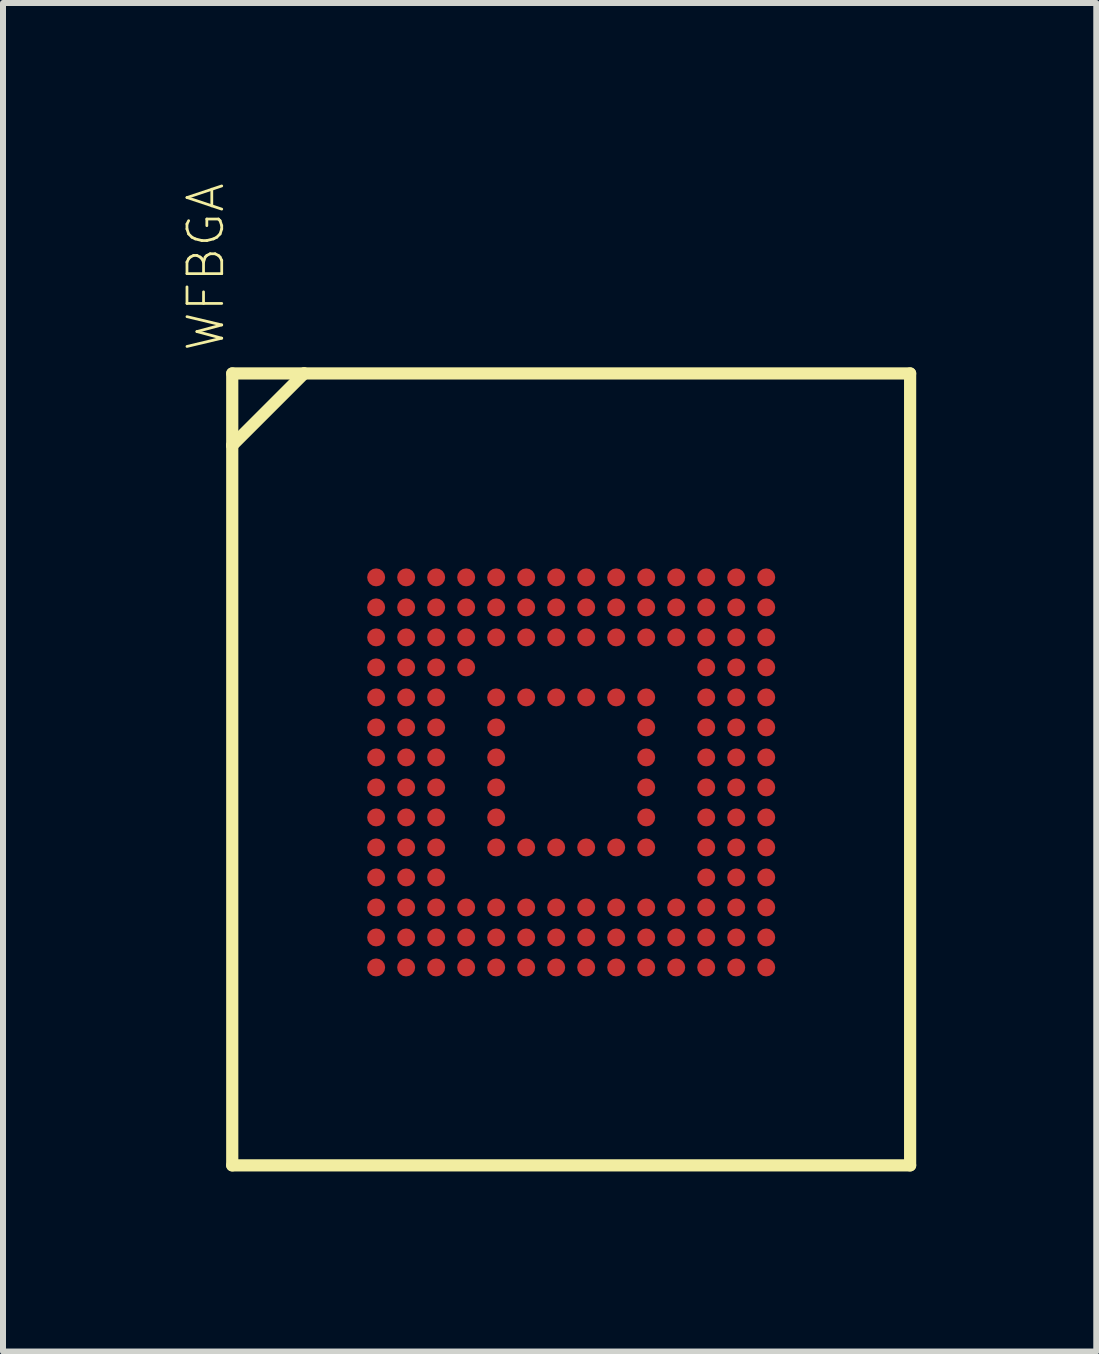
<source format=kicad_pcb>
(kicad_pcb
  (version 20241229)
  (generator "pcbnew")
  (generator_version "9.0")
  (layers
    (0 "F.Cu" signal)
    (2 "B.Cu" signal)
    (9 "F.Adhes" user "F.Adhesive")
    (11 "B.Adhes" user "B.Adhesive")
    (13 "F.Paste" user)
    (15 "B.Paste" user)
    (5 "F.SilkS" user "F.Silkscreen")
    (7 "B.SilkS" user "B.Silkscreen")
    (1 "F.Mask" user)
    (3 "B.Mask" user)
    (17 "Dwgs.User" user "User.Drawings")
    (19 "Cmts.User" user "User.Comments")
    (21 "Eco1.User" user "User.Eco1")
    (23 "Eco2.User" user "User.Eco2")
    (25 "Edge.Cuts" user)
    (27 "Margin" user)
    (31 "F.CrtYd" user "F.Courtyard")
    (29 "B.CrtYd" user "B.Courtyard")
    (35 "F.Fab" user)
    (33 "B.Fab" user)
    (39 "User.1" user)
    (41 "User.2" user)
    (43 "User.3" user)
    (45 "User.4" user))
  (footprint "WFBGA"
    (layer "F.Cu")
    (at 6.468 9.821)
    (property "Reference" "WFBGA" (at -5.75 -6.985 270) (layer "F.SilkS") (effects (font (size 0.579 0.579) (thickness 0.046)) (justify left bottom)))
    (attr through_hole)
    (fp_circle (center -3.25 -3.25) (end -3.175 -3.25) (stroke (width 0.15) (type solid)) (fill no) (layer "F.Mask"))
    (fp_circle (center -3.25 -2.75) (end -3.175 -2.75) (stroke (width 0.15) (type solid)) (fill no) (layer "F.Mask"))
    (fp_circle (center -3.25 -2.25) (end -3.175 -2.25) (stroke (width 0.15) (type solid)) (fill no) (layer "F.Mask"))
    (fp_circle (center -3.25 -1.75) (end -3.175 -1.75) (stroke (width 0.15) (type solid)) (fill no) (layer "F.Mask"))
    (fp_circle (center -3.25 -1.25) (end -3.175 -1.25) (stroke (width 0.15) (type solid)) (fill no) (layer "F.Mask"))
    (fp_circle (center -3.25 -0.75) (end -3.175 -0.75) (stroke (width 0.15) (type solid)) (fill no) (layer "F.Mask"))
    (fp_circle (center -3.25 -0.25) (end -3.175 -0.25) (stroke (width 0.15) (type solid)) (fill no) (layer "F.Mask"))
    (fp_circle (center -3.25 0.25) (end -3.175 0.25) (stroke (width 0.15) (type solid)) (fill no) (layer "F.Mask"))
    (fp_circle (center -3.25 0.75) (end -3.175 0.75) (stroke (width 0.15) (type solid)) (fill no) (layer "F.Mask"))
    (fp_circle (center -3.25 1.25) (end -3.175 1.25) (stroke (width 0.15) (type solid)) (fill no) (layer "F.Mask"))
    (fp_circle (center -3.25 1.75) (end -3.175 1.75) (stroke (width 0.15) (type solid)) (fill no) (layer "F.Mask"))
    (fp_circle (center -3.25 2.25) (end -3.175 2.25) (stroke (width 0.15) (type solid)) (fill no) (layer "F.Mask"))
    (fp_circle (center -3.25 2.75) (end -3.175 2.75) (stroke (width 0.15) (type solid)) (fill no) (layer "F.Mask"))
    (fp_circle (center -3.25 3.25) (end -3.175 3.25) (stroke (width 0.15) (type solid)) (fill no) (layer "F.Mask"))
    (fp_circle (center -2.75 -3.25) (end -2.675 -3.25) (stroke (width 0.15) (type solid)) (fill no) (layer "F.Mask"))
    (fp_circle (center -2.75 -2.75) (end -2.675 -2.75) (stroke (width 0.15) (type solid)) (fill no) (layer "F.Mask"))
    (fp_circle (center -2.75 -2.25) (end -2.675 -2.25) (stroke (width 0.15) (type solid)) (fill no) (layer "F.Mask"))
    (fp_circle (center -2.75 -1.75) (end -2.675 -1.75) (stroke (width 0.15) (type solid)) (fill no) (layer "F.Mask"))
    (fp_circle (center -2.75 -1.25) (end -2.675 -1.25) (stroke (width 0.15) (type solid)) (fill no) (layer "F.Mask"))
    (fp_circle (center -2.75 -0.75) (end -2.675 -0.75) (stroke (width 0.15) (type solid)) (fill no) (layer "F.Mask"))
    (fp_circle (center -2.75 -0.25) (end -2.675 -0.25) (stroke (width 0.15) (type solid)) (fill no) (layer "F.Mask"))
    (fp_circle (center -2.75 0.25) (end -2.675 0.25) (stroke (width 0.15) (type solid)) (fill no) (layer "F.Mask"))
    (fp_circle (center -2.75 0.75) (end -2.675 0.75) (stroke (width 0.15) (type solid)) (fill no) (layer "F.Mask"))
    (fp_circle (center -2.75 1.25) (end -2.675 1.25) (stroke (width 0.15) (type solid)) (fill no) (layer "F.Mask"))
    (fp_circle (center -2.75 1.75) (end -2.675 1.75) (stroke (width 0.15) (type solid)) (fill no) (layer "F.Mask"))
    (fp_circle (center -2.75 2.25) (end -2.675 2.25) (stroke (width 0.15) (type solid)) (fill no) (layer "F.Mask"))
    (fp_circle (center -2.75 2.75) (end -2.675 2.75) (stroke (width 0.15) (type solid)) (fill no) (layer "F.Mask"))
    (fp_circle (center -2.75 3.25) (end -2.675 3.25) (stroke (width 0.15) (type solid)) (fill no) (layer "F.Mask"))
    (fp_circle (center -2.25 -3.25) (end -2.175 -3.25) (stroke (width 0.15) (type solid)) (fill no) (layer "F.Mask"))
    (fp_circle (center -2.25 -2.75) (end -2.175 -2.75) (stroke (width 0.15) (type solid)) (fill no) (layer "F.Mask"))
    (fp_circle (center -2.25 -2.25) (end -2.175 -2.25) (stroke (width 0.15) (type solid)) (fill no) (layer "F.Mask"))
    (fp_circle (center -2.25 -1.75) (end -2.175 -1.75) (stroke (width 0.15) (type solid)) (fill no) (layer "F.Mask"))
    (fp_circle (center -2.25 -1.25) (end -2.175 -1.25) (stroke (width 0.15) (type solid)) (fill no) (layer "F.Mask"))
    (fp_circle (center -2.25 -0.75) (end -2.175 -0.75) (stroke (width 0.15) (type solid)) (fill no) (layer "F.Mask"))
    (fp_circle (center -2.25 -0.25) (end -2.175 -0.25) (stroke (width 0.15) (type solid)) (fill no) (layer "F.Mask"))
    (fp_circle (center -2.25 0.25) (end -2.175 0.25) (stroke (width 0.15) (type solid)) (fill no) (layer "F.Mask"))
    (fp_circle (center -2.25 0.75) (end -2.175 0.75) (stroke (width 0.15) (type solid)) (fill no) (layer "F.Mask"))
    (fp_circle (center -2.25 1.25) (end -2.175 1.25) (stroke (width 0.15) (type solid)) (fill no) (layer "F.Mask"))
    (fp_circle (center -2.25 1.75) (end -2.175 1.75) (stroke (width 0.15) (type solid)) (fill no) (layer "F.Mask"))
    (fp_circle (center -2.25 2.25) (end -2.175 2.25) (stroke (width 0.15) (type solid)) (fill no) (layer "F.Mask"))
    (fp_circle (center -2.25 2.75) (end -2.175 2.75) (stroke (width 0.15) (type solid)) (fill no) (layer "F.Mask"))
    (fp_circle (center -2.25 3.25) (end -2.175 3.25) (stroke (width 0.15) (type solid)) (fill no) (layer "F.Mask"))
    (fp_circle (center -1.75 -3.25) (end -1.675 -3.25) (stroke (width 0.15) (type solid)) (fill no) (layer "F.Mask"))
    (fp_circle (center -1.75 -2.75) (end -1.675 -2.75) (stroke (width 0.15) (type solid)) (fill no) (layer "F.Mask"))
    (fp_circle (center -1.75 -2.25) (end -1.675 -2.25) (stroke (width 0.15) (type solid)) (fill no) (layer "F.Mask"))
    (fp_circle (center -1.75 -1.75) (end -1.675 -1.75) (stroke (width 0.15) (type solid)) (fill no) (layer "F.Mask"))
    (fp_circle (center -1.75 2.25) (end -1.675 2.25) (stroke (width 0.15) (type solid)) (fill no) (layer "F.Mask"))
    (fp_circle (center -1.75 2.75) (end -1.675 2.75) (stroke (width 0.15) (type solid)) (fill no) (layer "F.Mask"))
    (fp_circle (center -1.75 3.25) (end -1.675 3.25) (stroke (width 0.15) (type solid)) (fill no) (layer "F.Mask"))
    (fp_circle (center -1.25 -3.25) (end -1.175 -3.25) (stroke (width 0.15) (type solid)) (fill no) (layer "F.Mask"))
    (fp_circle (center -1.25 -2.75) (end -1.175 -2.75) (stroke (width 0.15) (type solid)) (fill no) (layer "F.Mask"))
    (fp_circle (center -1.25 -2.25) (end -1.175 -2.25) (stroke (width 0.15) (type solid)) (fill no) (layer "F.Mask"))
    (fp_circle (center -1.25 -1.25) (end -1.175 -1.25) (stroke (width 0.15) (type solid)) (fill no) (layer "F.Mask"))
    (fp_circle (center -1.25 -0.75) (end -1.175 -0.75) (stroke (width 0.15) (type solid)) (fill no) (layer "F.Mask"))
    (fp_circle (center -1.25 -0.25) (end -1.175 -0.25) (stroke (width 0.15) (type solid)) (fill no) (layer "F.Mask"))
    (fp_circle (center -1.25 0.25) (end -1.175 0.25) (stroke (width 0.15) (type solid)) (fill no) (layer "F.Mask"))
    (fp_circle (center -1.25 0.75) (end -1.175 0.75) (stroke (width 0.15) (type solid)) (fill no) (layer "F.Mask"))
    (fp_circle (center -1.25 1.25) (end -1.175 1.25) (stroke (width 0.15) (type solid)) (fill no) (layer "F.Mask"))
    (fp_circle (center -1.25 2.25) (end -1.175 2.25) (stroke (width 0.15) (type solid)) (fill no) (layer "F.Mask"))
    (fp_circle (center -1.25 2.75) (end -1.175 2.75) (stroke (width 0.15) (type solid)) (fill no) (layer "F.Mask"))
    (fp_circle (center -1.25 3.25) (end -1.175 3.25) (stroke (width 0.15) (type solid)) (fill no) (layer "F.Mask"))
    (fp_circle (center -0.75 -3.25) (end -0.675 -3.25) (stroke (width 0.15) (type solid)) (fill no) (layer "F.Mask"))
    (fp_circle (center -0.75 -2.75) (end -0.675 -2.75) (stroke (width 0.15) (type solid)) (fill no) (layer "F.Mask"))
    (fp_circle (center -0.75 -2.25) (end -0.675 -2.25) (stroke (width 0.15) (type solid)) (fill no) (layer "F.Mask"))
    (fp_circle (center -0.75 -1.25) (end -0.675 -1.25) (stroke (width 0.15) (type solid)) (fill no) (layer "F.Mask"))
    (fp_circle (center -0.75 1.25) (end -0.675 1.25) (stroke (width 0.15) (type solid)) (fill no) (layer "F.Mask"))
    (fp_circle (center -0.75 2.25) (end -0.675 2.25) (stroke (width 0.15) (type solid)) (fill no) (layer "F.Mask"))
    (fp_circle (center -0.75 2.75) (end -0.675 2.75) (stroke (width 0.15) (type solid)) (fill no) (layer "F.Mask"))
    (fp_circle (center -0.75 3.25) (end -0.675 3.25) (stroke (width 0.15) (type solid)) (fill no) (layer "F.Mask"))
    (fp_circle (center -0.25 -3.25) (end -0.175 -3.25) (stroke (width 0.15) (type solid)) (fill no) (layer "F.Mask"))
    (fp_circle (center -0.25 -2.75) (end -0.175 -2.75) (stroke (width 0.15) (type solid)) (fill no) (layer "F.Mask"))
    (fp_circle (center -0.25 -2.25) (end -0.175 -2.25) (stroke (width 0.15) (type solid)) (fill no) (layer "F.Mask"))
    (fp_circle (center -0.25 -1.25) (end -0.175 -1.25) (stroke (width 0.15) (type solid)) (fill no) (layer "F.Mask"))
    (fp_circle (center -0.25 1.25) (end -0.175 1.25) (stroke (width 0.15) (type solid)) (fill no) (layer "F.Mask"))
    (fp_circle (center -0.25 2.25) (end -0.175 2.25) (stroke (width 0.15) (type solid)) (fill no) (layer "F.Mask"))
    (fp_circle (center -0.25 2.75) (end -0.175 2.75) (stroke (width 0.15) (type solid)) (fill no) (layer "F.Mask"))
    (fp_circle (center -0.25 3.25) (end -0.175 3.25) (stroke (width 0.15) (type solid)) (fill no) (layer "F.Mask"))
    (fp_circle (center 0.25 -3.25) (end 0.325 -3.25) (stroke (width 0.15) (type solid)) (fill no) (layer "F.Mask"))
    (fp_circle (center 0.25 -2.75) (end 0.325 -2.75) (stroke (width 0.15) (type solid)) (fill no) (layer "F.Mask"))
    (fp_circle (center 0.25 -2.25) (end 0.325 -2.25) (stroke (width 0.15) (type solid)) (fill no) (layer "F.Mask"))
    (fp_circle (center 0.25 -1.25) (end 0.325 -1.25) (stroke (width 0.15) (type solid)) (fill no) (layer "F.Mask"))
    (fp_circle (center 0.25 1.25) (end 0.325 1.25) (stroke (width 0.15) (type solid)) (fill no) (layer "F.Mask"))
    (fp_circle (center 0.25 2.25) (end 0.325 2.25) (stroke (width 0.15) (type solid)) (fill no) (layer "F.Mask"))
    (fp_circle (center 0.25 2.75) (end 0.325 2.75) (stroke (width 0.15) (type solid)) (fill no) (layer "F.Mask"))
    (fp_circle (center 0.25 3.25) (end 0.325 3.25) (stroke (width 0.15) (type solid)) (fill no) (layer "F.Mask"))
    (fp_circle (center 0.75 -3.25) (end 0.825 -3.25) (stroke (width 0.15) (type solid)) (fill no) (layer "F.Mask"))
    (fp_circle (center 0.75 -2.75) (end 0.825 -2.75) (stroke (width 0.15) (type solid)) (fill no) (layer "F.Mask"))
    (fp_circle (center 0.75 -2.25) (end 0.825 -2.25) (stroke (width 0.15) (type solid)) (fill no) (layer "F.Mask"))
    (fp_circle (center 0.75 -1.25) (end 0.825 -1.25) (stroke (width 0.15) (type solid)) (fill no) (layer "F.Mask"))
    (fp_circle (center 0.75 1.25) (end 0.825 1.25) (stroke (width 0.15) (type solid)) (fill no) (layer "F.Mask"))
    (fp_circle (center 0.75 2.25) (end 0.825 2.25) (stroke (width 0.15) (type solid)) (fill no) (layer "F.Mask"))
    (fp_circle (center 0.75 2.75) (end 0.825 2.75) (stroke (width 0.15) (type solid)) (fill no) (layer "F.Mask"))
    (fp_circle (center 0.75 3.25) (end 0.825 3.25) (stroke (width 0.15) (type solid)) (fill no) (layer "F.Mask"))
    (fp_circle (center 1.25 -3.25) (end 1.325 -3.25) (stroke (width 0.15) (type solid)) (fill no) (layer "F.Mask"))
    (fp_circle (center 1.25 -2.75) (end 1.325 -2.75) (stroke (width 0.15) (type solid)) (fill no) (layer "F.Mask"))
    (fp_circle (center 1.25 -2.25) (end 1.325 -2.25) (stroke (width 0.15) (type solid)) (fill no) (layer "F.Mask"))
    (fp_circle (center 1.25 -1.25) (end 1.325 -1.25) (stroke (width 0.15) (type solid)) (fill no) (layer "F.Mask"))
    (fp_circle (center 1.25 -0.75) (end 1.325 -0.75) (stroke (width 0.15) (type solid)) (fill no) (layer "F.Mask"))
    (fp_circle (center 1.25 -0.25) (end 1.325 -0.25) (stroke (width 0.15) (type solid)) (fill no) (layer "F.Mask"))
    (fp_circle (center 1.25 0.25) (end 1.325 0.25) (stroke (width 0.15) (type solid)) (fill no) (layer "F.Mask"))
    (fp_circle (center 1.25 0.75) (end 1.325 0.75) (stroke (width 0.15) (type solid)) (fill no) (layer "F.Mask"))
    (fp_circle (center 1.25 1.25) (end 1.325 1.25) (stroke (width 0.15) (type solid)) (fill no) (layer "F.Mask"))
    (fp_circle (center 1.25 2.25) (end 1.325 2.25) (stroke (width 0.15) (type solid)) (fill no) (layer "F.Mask"))
    (fp_circle (center 1.25 2.75) (end 1.325 2.75) (stroke (width 0.15) (type solid)) (fill no) (layer "F.Mask"))
    (fp_circle (center 1.25 3.25) (end 1.325 3.25) (stroke (width 0.15) (type solid)) (fill no) (layer "F.Mask"))
    (fp_circle (center 1.75 -3.25) (end 1.825 -3.25) (stroke (width 0.15) (type solid)) (fill no) (layer "F.Mask"))
    (fp_circle (center 1.75 -2.75) (end 1.825 -2.75) (stroke (width 0.15) (type solid)) (fill no) (layer "F.Mask"))
    (fp_circle (center 1.75 -2.25) (end 1.825 -2.25) (stroke (width 0.15) (type solid)) (fill no) (layer "F.Mask"))
    (fp_circle (center 1.75 2.25) (end 1.825 2.25) (stroke (width 0.15) (type solid)) (fill no) (layer "F.Mask"))
    (fp_circle (center 1.75 2.75) (end 1.825 2.75) (stroke (width 0.15) (type solid)) (fill no) (layer "F.Mask"))
    (fp_circle (center 1.75 3.25) (end 1.825 3.25) (stroke (width 0.15) (type solid)) (fill no) (layer "F.Mask"))
    (fp_circle (center 2.25 -3.25) (end 2.325 -3.25) (stroke (width 0.15) (type solid)) (fill no) (layer "F.Mask"))
    (fp_circle (center 2.25 -2.75) (end 2.325 -2.75) (stroke (width 0.15) (type solid)) (fill no) (layer "F.Mask"))
    (fp_circle (center 2.25 -2.25) (end 2.325 -2.25) (stroke (width 0.15) (type solid)) (fill no) (layer "F.Mask"))
    (fp_circle (center 2.25 -1.75) (end 2.325 -1.75) (stroke (width 0.15) (type solid)) (fill no) (layer "F.Mask"))
    (fp_circle (center 2.25 -1.25) (end 2.325 -1.25) (stroke (width 0.15) (type solid)) (fill no) (layer "F.Mask"))
    (fp_circle (center 2.25 -0.75) (end 2.325 -0.75) (stroke (width 0.15) (type solid)) (fill no) (layer "F.Mask"))
    (fp_circle (center 2.25 -0.25) (end 2.325 -0.25) (stroke (width 0.15) (type solid)) (fill no) (layer "F.Mask"))
    (fp_circle (center 2.25 0.25) (end 2.325 0.25) (stroke (width 0.15) (type solid)) (fill no) (layer "F.Mask"))
    (fp_circle (center 2.25 0.75) (end 2.325 0.75) (stroke (width 0.15) (type solid)) (fill no) (layer "F.Mask"))
    (fp_circle (center 2.25 1.25) (end 2.325 1.25) (stroke (width 0.15) (type solid)) (fill no) (layer "F.Mask"))
    (fp_circle (center 2.25 1.75) (end 2.325 1.75) (stroke (width 0.15) (type solid)) (fill no) (layer "F.Mask"))
    (fp_circle (center 2.25 2.25) (end 2.325 2.25) (stroke (width 0.15) (type solid)) (fill no) (layer "F.Mask"))
    (fp_circle (center 2.25 2.75) (end 2.325 2.75) (stroke (width 0.15) (type solid)) (fill no) (layer "F.Mask"))
    (fp_circle (center 2.25 3.25) (end 2.325 3.25) (stroke (width 0.15) (type solid)) (fill no) (layer "F.Mask"))
    (fp_circle (center 2.75 -3.25) (end 2.825 -3.25) (stroke (width 0.15) (type solid)) (fill no) (layer "F.Mask"))
    (fp_circle (center 2.75 -2.75) (end 2.825 -2.75) (stroke (width 0.15) (type solid)) (fill no) (layer "F.Mask"))
    (fp_circle (center 2.75 -2.25) (end 2.825 -2.25) (stroke (width 0.15) (type solid)) (fill no) (layer "F.Mask"))
    (fp_circle (center 2.75 -1.75) (end 2.825 -1.75) (stroke (width 0.15) (type solid)) (fill no) (layer "F.Mask"))
    (fp_circle (center 2.75 -1.25) (end 2.825 -1.25) (stroke (width 0.15) (type solid)) (fill no) (layer "F.Mask"))
    (fp_circle (center 2.75 -0.75) (end 2.825 -0.75) (stroke (width 0.15) (type solid)) (fill no) (layer "F.Mask"))
    (fp_circle (center 2.75 -0.25) (end 2.825 -0.25) (stroke (width 0.15) (type solid)) (fill no) (layer "F.Mask"))
    (fp_circle (center 2.75 0.25) (end 2.825 0.25) (stroke (width 0.15) (type solid)) (fill no) (layer "F.Mask"))
    (fp_circle (center 2.75 0.75) (end 2.825 0.75) (stroke (width 0.15) (type solid)) (fill no) (layer "F.Mask"))
    (fp_circle (center 2.75 1.25) (end 2.825 1.25) (stroke (width 0.15) (type solid)) (fill no) (layer "F.Mask"))
    (fp_circle (center 2.75 1.75) (end 2.825 1.75) (stroke (width 0.15) (type solid)) (fill no) (layer "F.Mask"))
    (fp_circle (center 2.75 2.25) (end 2.825 2.25) (stroke (width 0.15) (type solid)) (fill no) (layer "F.Mask"))
    (fp_circle (center 2.75 2.75) (end 2.825 2.75) (stroke (width 0.15) (type solid)) (fill no) (layer "F.Mask"))
    (fp_circle (center 2.75 3.25) (end 2.825 3.25) (stroke (width 0.15) (type solid)) (fill no) (layer "F.Mask"))
    (fp_circle (center 3.25 -3.25) (end 3.325 -3.25) (stroke (width 0.15) (type solid)) (fill no) (layer "F.Mask"))
    (fp_circle (center 3.25 -2.75) (end 3.325 -2.75) (stroke (width 0.15) (type solid)) (fill no) (layer "F.Mask"))
    (fp_circle (center 3.25 -2.25) (end 3.325 -2.25) (stroke (width 0.15) (type solid)) (fill no) (layer "F.Mask"))
    (fp_circle (center 3.25 -1.75) (end 3.325 -1.75) (stroke (width 0.15) (type solid)) (fill no) (layer "F.Mask"))
    (fp_circle (center 3.25 -1.25) (end 3.325 -1.25) (stroke (width 0.15) (type solid)) (fill no) (layer "F.Mask"))
    (fp_circle (center 3.25 -0.75) (end 3.325 -0.75) (stroke (width 0.15) (type solid)) (fill no) (layer "F.Mask"))
    (fp_circle (center 3.25 -0.25) (end 3.325 -0.25) (stroke (width 0.15) (type solid)) (fill no) (layer "F.Mask"))
    (fp_circle (center 3.25 0.25) (end 3.325 0.25) (stroke (width 0.15) (type solid)) (fill no) (layer "F.Mask"))
    (fp_circle (center 3.25 0.75) (end 3.325 0.75) (stroke (width 0.15) (type solid)) (fill no) (layer "F.Mask"))
    (fp_circle (center 3.25 1.25) (end 3.325 1.25) (stroke (width 0.15) (type solid)) (fill no) (layer "F.Mask"))
    (fp_circle (center 3.25 1.75) (end 3.325 1.75) (stroke (width 0.15) (type solid)) (fill no) (layer "F.Mask"))
    (fp_circle (center 3.25 2.25) (end 3.325 2.25) (stroke (width 0.15) (type solid)) (fill no) (layer "F.Mask"))
    (fp_circle (center 3.25 2.75) (end 3.325 2.75) (stroke (width 0.15) (type solid)) (fill no) (layer "F.Mask"))
    (fp_circle (center 3.25 3.25) (end 3.325 3.25) (stroke (width 0.15) (type solid)) (fill no) (layer "F.Mask"))
    (fp_line (start -5.648 -6.648) (end -5.648 -5.45) (stroke (width 0.203) (type solid)) (layer "F.SilkS"))
    (fp_line (start -5.648 -5.45) (end -5.648 6.548) (stroke (width 0.203) (type solid)) (layer "F.SilkS"))
    (fp_line (start -5.648 -5.45) (end -4.45 -6.648) (stroke (width 0.203) (type solid)) (layer "F.SilkS"))
    (fp_line (start -5.648 6.548) (end 5.648 6.548) (stroke (width 0.203) (type solid)) (layer "F.SilkS"))
    (fp_line (start -4.45 -6.648) (end -5.648 -6.648) (stroke (width 0.203) (type solid)) (layer "F.SilkS"))
    (fp_line (start 5.648 -6.648) (end -4.45 -6.648) (stroke (width 0.203) (type solid)) (layer "F.SilkS"))
    (fp_line (start 5.648 6.548) (end 5.648 -6.648) (stroke (width 0.203) (type solid)) (layer "F.SilkS"))
    (pad "A1" smd roundrect (at -3.25 -3.25) (size 0.3 0.3) (layers "F.Cu" "F.Mask" "F.Paste") (roundrect_rratio 0.5))
    (pad "A2" smd roundrect (at -2.75 -3.25) (size 0.3 0.3) (layers "F.Cu" "F.Mask" "F.Paste") (roundrect_rratio 0.5))
    (pad "A3" smd roundrect (at -2.25 -3.25) (size 0.3 0.3) (layers "F.Cu" "F.Mask" "F.Paste") (roundrect_rratio 0.5))
    (pad "A4" smd roundrect (at -1.75 -3.25) (size 0.3 0.3) (layers "F.Cu" "F.Mask" "F.Paste") (roundrect_rratio 0.5))
    (pad "A5" smd roundrect (at -1.25 -3.25) (size 0.3 0.3) (layers "F.Cu" "F.Mask" "F.Paste") (roundrect_rratio 0.5))
    (pad "A6" smd roundrect (at -0.75 -3.25) (size 0.3 0.3) (layers "F.Cu" "F.Mask" "F.Paste") (roundrect_rratio 0.5))
    (pad "A7" smd roundrect (at -0.25 -3.25) (size 0.3 0.3) (layers "F.Cu" "F.Mask" "F.Paste") (roundrect_rratio 0.5))
    (pad "A8" smd roundrect (at 0.25 -3.25) (size 0.3 0.3) (layers "F.Cu" "F.Mask" "F.Paste") (roundrect_rratio 0.5))
    (pad "A9" smd roundrect (at 0.75 -3.25) (size 0.3 0.3) (layers "F.Cu" "F.Mask" "F.Paste") (roundrect_rratio 0.5))
    (pad "A10" smd roundrect (at 1.25 -3.25) (size 0.3 0.3) (layers "F.Cu" "F.Mask" "F.Paste") (roundrect_rratio 0.5))
    (pad "A11" smd roundrect (at 1.75 -3.25) (size 0.3 0.3) (layers "F.Cu" "F.Mask" "F.Paste") (roundrect_rratio 0.5))
    (pad "A12" smd roundrect (at 2.25 -3.25) (size 0.3 0.3) (layers "F.Cu" "F.Mask" "F.Paste") (roundrect_rratio 0.5))
    (pad "A13" smd roundrect (at 2.75 -3.25) (size 0.3 0.3) (layers "F.Cu" "F.Mask" "F.Paste") (roundrect_rratio 0.5))
    (pad "A14" smd roundrect (at 3.25 -3.25) (size 0.3 0.3) (layers "F.Cu" "F.Mask" "F.Paste") (roundrect_rratio 0.5))
    (pad "B1" smd roundrect (at -3.25 -2.75) (size 0.3 0.3) (layers "F.Cu" "F.Mask" "F.Paste") (roundrect_rratio 0.5))
    (pad "B2" smd roundrect (at -2.75 -2.75) (size 0.3 0.3) (layers "F.Cu" "F.Mask" "F.Paste") (roundrect_rratio 0.5))
    (pad "B3" smd roundrect (at -2.25 -2.75) (size 0.3 0.3) (layers "F.Cu" "F.Mask" "F.Paste") (roundrect_rratio 0.5))
    (pad "B4" smd roundrect (at -1.75 -2.75) (size 0.3 0.3) (layers "F.Cu" "F.Mask" "F.Paste") (roundrect_rratio 0.5))
    (pad "B5" smd roundrect (at -1.25 -2.75) (size 0.3 0.3) (layers "F.Cu" "F.Mask" "F.Paste") (roundrect_rratio 0.5))
    (pad "B6" smd roundrect (at -0.75 -2.75) (size 0.3 0.3) (layers "F.Cu" "F.Mask" "F.Paste") (roundrect_rratio 0.5))
    (pad "B7" smd roundrect (at -0.25 -2.75) (size 0.3 0.3) (layers "F.Cu" "F.Mask" "F.Paste") (roundrect_rratio 0.5))
    (pad "B8" smd roundrect (at 0.25 -2.75) (size 0.3 0.3) (layers "F.Cu" "F.Mask" "F.Paste") (roundrect_rratio 0.5))
    (pad "B9" smd roundrect (at 0.75 -2.75) (size 0.3 0.3) (layers "F.Cu" "F.Mask" "F.Paste") (roundrect_rratio 0.5))
    (pad "B10" smd roundrect (at 1.25 -2.75) (size 0.3 0.3) (layers "F.Cu" "F.Mask" "F.Paste") (roundrect_rratio 0.5))
    (pad "B11" smd roundrect (at 1.75 -2.75) (size 0.3 0.3) (layers "F.Cu" "F.Mask" "F.Paste") (roundrect_rratio 0.5))
    (pad "B12" smd roundrect (at 2.25 -2.75) (size 0.3 0.3) (layers "F.Cu" "F.Mask" "F.Paste") (roundrect_rratio 0.5))
    (pad "B13" smd roundrect (at 2.75 -2.75) (size 0.3 0.3) (layers "F.Cu" "F.Mask" "F.Paste") (roundrect_rratio 0.5))
    (pad "B14" smd roundrect (at 3.25 -2.75) (size 0.3 0.3) (layers "F.Cu" "F.Mask" "F.Paste") (roundrect_rratio 0.5))
    (pad "C1" smd roundrect (at -3.25 -2.25) (size 0.3 0.3) (layers "F.Cu" "F.Mask" "F.Paste") (roundrect_rratio 0.5))
    (pad "C2" smd roundrect (at -2.75 -2.25) (size 0.3 0.3) (layers "F.Cu" "F.Mask" "F.Paste") (roundrect_rratio 0.5))
    (pad "C3" smd roundrect (at -2.25 -2.25) (size 0.3 0.3) (layers "F.Cu" "F.Mask" "F.Paste") (roundrect_rratio 0.5))
    (pad "C4" smd roundrect (at -1.75 -2.25) (size 0.3 0.3) (layers "F.Cu" "F.Mask" "F.Paste") (roundrect_rratio 0.5))
    (pad "C5" smd roundrect (at -1.25 -2.25) (size 0.3 0.3) (layers "F.Cu" "F.Mask" "F.Paste") (roundrect_rratio 0.5))
    (pad "C6" smd roundrect (at -0.75 -2.25) (size 0.3 0.3) (layers "F.Cu" "F.Mask" "F.Paste") (roundrect_rratio 0.5))
    (pad "C7" smd roundrect (at -0.25 -2.25) (size 0.3 0.3) (layers "F.Cu" "F.Mask" "F.Paste") (roundrect_rratio 0.5))
    (pad "C8" smd roundrect (at 0.25 -2.25) (size 0.3 0.3) (layers "F.Cu" "F.Mask" "F.Paste") (roundrect_rratio 0.5))
    (pad "C9" smd roundrect (at 0.75 -2.25) (size 0.3 0.3) (layers "F.Cu" "F.Mask" "F.Paste") (roundrect_rratio 0.5))
    (pad "C10" smd roundrect (at 1.25 -2.25) (size 0.3 0.3) (layers "F.Cu" "F.Mask" "F.Paste") (roundrect_rratio 0.5))
    (pad "C11" smd roundrect (at 1.75 -2.25) (size 0.3 0.3) (layers "F.Cu" "F.Mask" "F.Paste") (roundrect_rratio 0.5))
    (pad "C12" smd roundrect (at 2.25 -2.25) (size 0.3 0.3) (layers "F.Cu" "F.Mask" "F.Paste") (roundrect_rratio 0.5))
    (pad "C13" smd roundrect (at 2.75 -2.25) (size 0.3 0.3) (layers "F.Cu" "F.Mask" "F.Paste") (roundrect_rratio 0.5))
    (pad "C14" smd roundrect (at 3.25 -2.25) (size 0.3 0.3) (layers "F.Cu" "F.Mask" "F.Paste") (roundrect_rratio 0.5))
    (pad "D1" smd roundrect (at -3.25 -1.75) (size 0.3 0.3) (layers "F.Cu" "F.Mask" "F.Paste") (roundrect_rratio 0.5))
    (pad "D2" smd roundrect (at -2.75 -1.75) (size 0.3 0.3) (layers "F.Cu" "F.Mask" "F.Paste") (roundrect_rratio 0.5))
    (pad "D3" smd roundrect (at -2.25 -1.75) (size 0.3 0.3) (layers "F.Cu" "F.Mask" "F.Paste") (roundrect_rratio 0.5))
    (pad "D4" smd roundrect (at -1.75 -1.75) (size 0.3 0.3) (layers "F.Cu" "F.Mask" "F.Paste") (roundrect_rratio 0.5))
    (pad "D12" smd roundrect (at 2.25 -1.75) (size 0.3 0.3) (layers "F.Cu" "F.Mask" "F.Paste") (roundrect_rratio 0.5))
    (pad "D13" smd roundrect (at 2.75 -1.75) (size 0.3 0.3) (layers "F.Cu" "F.Mask" "F.Paste") (roundrect_rratio 0.5))
    (pad "D14" smd roundrect (at 3.25 -1.75) (size 0.3 0.3) (layers "F.Cu" "F.Mask" "F.Paste") (roundrect_rratio 0.5))
    (pad "E1" smd roundrect (at -3.25 -1.25) (size 0.3 0.3) (layers "F.Cu" "F.Mask" "F.Paste") (roundrect_rratio 0.5))
    (pad "E2" smd roundrect (at -2.75 -1.25) (size 0.3 0.3) (layers "F.Cu" "F.Mask" "F.Paste") (roundrect_rratio 0.5))
    (pad "E3" smd roundrect (at -2.25 -1.25) (size 0.3 0.3) (layers "F.Cu" "F.Mask" "F.Paste") (roundrect_rratio 0.5))
    (pad "E5" smd roundrect (at -1.25 -1.25) (size 0.3 0.3) (layers "F.Cu" "F.Mask" "F.Paste") (roundrect_rratio 0.5))
    (pad "E6" smd roundrect (at -0.75 -1.25) (size 0.3 0.3) (layers "F.Cu" "F.Mask" "F.Paste") (roundrect_rratio 0.5))
    (pad "E7" smd roundrect (at -0.25 -1.25) (size 0.3 0.3) (layers "F.Cu" "F.Mask" "F.Paste") (roundrect_rratio 0.5))
    (pad "E8" smd roundrect (at 0.25 -1.25) (size 0.3 0.3) (layers "F.Cu" "F.Mask" "F.Paste") (roundrect_rratio 0.5))
    (pad "E9" smd roundrect (at 0.75 -1.25) (size 0.3 0.3) (layers "F.Cu" "F.Mask" "F.Paste") (roundrect_rratio 0.5))
    (pad "E10" smd roundrect (at 1.25 -1.25) (size 0.3 0.3) (layers "F.Cu" "F.Mask" "F.Paste") (roundrect_rratio 0.5))
    (pad "E12" smd roundrect (at 2.25 -1.25) (size 0.3 0.3) (layers "F.Cu" "F.Mask" "F.Paste") (roundrect_rratio 0.5))
    (pad "E13" smd roundrect (at 2.75 -1.25) (size 0.3 0.3) (layers "F.Cu" "F.Mask" "F.Paste") (roundrect_rratio 0.5))
    (pad "E14" smd roundrect (at 3.25 -1.25) (size 0.3 0.3) (layers "F.Cu" "F.Mask" "F.Paste") (roundrect_rratio 0.5))
    (pad "F1" smd roundrect (at -3.25 -0.75) (size 0.3 0.3) (layers "F.Cu" "F.Mask" "F.Paste") (roundrect_rratio 0.5))
    (pad "F2" smd roundrect (at -2.75 -0.75) (size 0.3 0.3) (layers "F.Cu" "F.Mask" "F.Paste") (roundrect_rratio 0.5))
    (pad "F3" smd roundrect (at -2.25 -0.75) (size 0.3 0.3) (layers "F.Cu" "F.Mask" "F.Paste") (roundrect_rratio 0.5))
    (pad "F5" smd roundrect (at -1.25 -0.75) (size 0.3 0.3) (layers "F.Cu" "F.Mask" "F.Paste") (roundrect_rratio 0.5))
    (pad "F10" smd roundrect (at 1.25 -0.75) (size 0.3 0.3) (layers "F.Cu" "F.Mask" "F.Paste") (roundrect_rratio 0.5))
    (pad "F12" smd roundrect (at 2.25 -0.75) (size 0.3 0.3) (layers "F.Cu" "F.Mask" "F.Paste") (roundrect_rratio 0.5))
    (pad "F13" smd roundrect (at 2.75 -0.75) (size 0.3 0.3) (layers "F.Cu" "F.Mask" "F.Paste") (roundrect_rratio 0.5))
    (pad "F14" smd roundrect (at 3.25 -0.75) (size 0.3 0.3) (layers "F.Cu" "F.Mask" "F.Paste") (roundrect_rratio 0.5))
    (pad "G1" smd roundrect (at -3.25 -0.25) (size 0.3 0.3) (layers "F.Cu" "F.Mask" "F.Paste") (roundrect_rratio 0.5))
    (pad "G2" smd roundrect (at -2.75 -0.25) (size 0.3 0.3) (layers "F.Cu" "F.Mask" "F.Paste") (roundrect_rratio 0.5))
    (pad "G3" smd roundrect (at -2.25 -0.25) (size 0.3 0.3) (layers "F.Cu" "F.Mask" "F.Paste") (roundrect_rratio 0.5))
    (pad "G5" smd roundrect (at -1.25 -0.25) (size 0.3 0.3) (layers "F.Cu" "F.Mask" "F.Paste") (roundrect_rratio 0.5))
    (pad "G10" smd roundrect (at 1.25 -0.25) (size 0.3 0.3) (layers "F.Cu" "F.Mask" "F.Paste") (roundrect_rratio 0.5))
    (pad "G12" smd roundrect (at 2.25 -0.25) (size 0.3 0.3) (layers "F.Cu" "F.Mask" "F.Paste") (roundrect_rratio 0.5))
    (pad "G13" smd roundrect (at 2.75 -0.25) (size 0.3 0.3) (layers "F.Cu" "F.Mask" "F.Paste") (roundrect_rratio 0.5))
    (pad "G14" smd roundrect (at 3.25 -0.25) (size 0.3 0.3) (layers "F.Cu" "F.Mask" "F.Paste") (roundrect_rratio 0.5))
    (pad "H1" smd roundrect (at -3.25 0.25) (size 0.3 0.3) (layers "F.Cu" "F.Mask" "F.Paste") (roundrect_rratio 0.5))
    (pad "H2" smd roundrect (at -2.75 0.25) (size 0.3 0.3) (layers "F.Cu" "F.Mask" "F.Paste") (roundrect_rratio 0.5))
    (pad "H3" smd roundrect (at -2.25 0.25) (size 0.3 0.3) (layers "F.Cu" "F.Mask" "F.Paste") (roundrect_rratio 0.5))
    (pad "H5" smd roundrect (at -1.25 0.25) (size 0.3 0.3) (layers "F.Cu" "F.Mask" "F.Paste") (roundrect_rratio 0.5))
    (pad "H10" smd roundrect (at 1.25 0.25) (size 0.3 0.3) (layers "F.Cu" "F.Mask" "F.Paste") (roundrect_rratio 0.5))
    (pad "H12" smd roundrect (at 2.25 0.25) (size 0.3 0.3) (layers "F.Cu" "F.Mask" "F.Paste") (roundrect_rratio 0.5))
    (pad "H13" smd roundrect (at 2.75 0.25) (size 0.3 0.3) (layers "F.Cu" "F.Mask" "F.Paste") (roundrect_rratio 0.5))
    (pad "H14" smd roundrect (at 3.25 0.25) (size 0.3 0.3) (layers "F.Cu" "F.Mask" "F.Paste") (roundrect_rratio 0.5))
    (pad "J1" smd roundrect (at -3.25 0.75) (size 0.3 0.3) (layers "F.Cu" "F.Mask" "F.Paste") (roundrect_rratio 0.5))
    (pad "J2" smd roundrect (at -2.75 0.75) (size 0.3 0.3) (layers "F.Cu" "F.Mask" "F.Paste") (roundrect_rratio 0.5))
    (pad "J3" smd roundrect (at -2.25 0.75) (size 0.3 0.3) (layers "F.Cu" "F.Mask" "F.Paste") (roundrect_rratio 0.5))
    (pad "J5" smd roundrect (at -1.25 0.75) (size 0.3 0.3) (layers "F.Cu" "F.Mask" "F.Paste") (roundrect_rratio 0.5))
    (pad "J10" smd roundrect (at 1.25 0.75) (size 0.3 0.3) (layers "F.Cu" "F.Mask" "F.Paste") (roundrect_rratio 0.5))
    (pad "J12" smd roundrect (at 2.25 0.75) (size 0.3 0.3) (layers "F.Cu" "F.Mask" "F.Paste") (roundrect_rratio 0.5))
    (pad "J13" smd roundrect (at 2.75 0.75) (size 0.3 0.3) (layers "F.Cu" "F.Mask" "F.Paste") (roundrect_rratio 0.5))
    (pad "J14" smd roundrect (at 3.25 0.75) (size 0.3 0.3) (layers "F.Cu" "F.Mask" "F.Paste") (roundrect_rratio 0.5))
    (pad "K1" smd roundrect (at -3.25 1.25) (size 0.3 0.3) (layers "F.Cu" "F.Mask" "F.Paste") (roundrect_rratio 0.5))
    (pad "K2" smd roundrect (at -2.75 1.25) (size 0.3 0.3) (layers "F.Cu" "F.Mask" "F.Paste") (roundrect_rratio 0.5))
    (pad "K3" smd roundrect (at -2.25 1.25) (size 0.3 0.3) (layers "F.Cu" "F.Mask" "F.Paste") (roundrect_rratio 0.5))
    (pad "K5" smd roundrect (at -1.25 1.25) (size 0.3 0.3) (layers "F.Cu" "F.Mask" "F.Paste") (roundrect_rratio 0.5))
    (pad "K6" smd roundrect (at -0.75 1.25) (size 0.3 0.3) (layers "F.Cu" "F.Mask" "F.Paste") (roundrect_rratio 0.5))
    (pad "K7" smd roundrect (at -0.25 1.25) (size 0.3 0.3) (layers "F.Cu" "F.Mask" "F.Paste") (roundrect_rratio 0.5))
    (pad "K8" smd roundrect (at 0.25 1.25) (size 0.3 0.3) (layers "F.Cu" "F.Mask" "F.Paste") (roundrect_rratio 0.5))
    (pad "K9" smd roundrect (at 0.75 1.25) (size 0.3 0.3) (layers "F.Cu" "F.Mask" "F.Paste") (roundrect_rratio 0.5))
    (pad "K10" smd roundrect (at 1.25 1.25) (size 0.3 0.3) (layers "F.Cu" "F.Mask" "F.Paste") (roundrect_rratio 0.5))
    (pad "K12" smd roundrect (at 2.25 1.25) (size 0.3 0.3) (layers "F.Cu" "F.Mask" "F.Paste") (roundrect_rratio 0.5))
    (pad "K13" smd roundrect (at 2.75 1.25) (size 0.3 0.3) (layers "F.Cu" "F.Mask" "F.Paste") (roundrect_rratio 0.5))
    (pad "K14" smd roundrect (at 3.25 1.25) (size 0.3 0.3) (layers "F.Cu" "F.Mask" "F.Paste") (roundrect_rratio 0.5))
    (pad "L1" smd roundrect (at -3.25 1.75) (size 0.3 0.3) (layers "F.Cu" "F.Mask" "F.Paste") (roundrect_rratio 0.5))
    (pad "L2" smd roundrect (at -2.75 1.75) (size 0.3 0.3) (layers "F.Cu" "F.Mask" "F.Paste") (roundrect_rratio 0.5))
    (pad "L3" smd roundrect (at -2.25 1.75) (size 0.3 0.3) (layers "F.Cu" "F.Mask" "F.Paste") (roundrect_rratio 0.5))
    (pad "L12" smd roundrect (at 2.25 1.75) (size 0.3 0.3) (layers "F.Cu" "F.Mask" "F.Paste") (roundrect_rratio 0.5))
    (pad "L13" smd roundrect (at 2.75 1.75) (size 0.3 0.3) (layers "F.Cu" "F.Mask" "F.Paste") (roundrect_rratio 0.5))
    (pad "L14" smd roundrect (at 3.25 1.75) (size 0.3 0.3) (layers "F.Cu" "F.Mask" "F.Paste") (roundrect_rratio 0.5))
    (pad "M1" smd roundrect (at -3.25 2.25) (size 0.3 0.3) (layers "F.Cu" "F.Mask" "F.Paste") (roundrect_rratio 0.5))
    (pad "M2" smd roundrect (at -2.75 2.25) (size 0.3 0.3) (layers "F.Cu" "F.Mask" "F.Paste") (roundrect_rratio 0.5))
    (pad "M3" smd roundrect (at -2.25 2.25) (size 0.3 0.3) (layers "F.Cu" "F.Mask" "F.Paste") (roundrect_rratio 0.5))
    (pad "M4" smd roundrect (at -1.75 2.25) (size 0.3 0.3) (layers "F.Cu" "F.Mask" "F.Paste") (roundrect_rratio 0.5))
    (pad "M5" smd roundrect (at -1.25 2.25) (size 0.3 0.3) (layers "F.Cu" "F.Mask" "F.Paste") (roundrect_rratio 0.5))
    (pad "M6" smd roundrect (at -0.75 2.25) (size 0.3 0.3) (layers "F.Cu" "F.Mask" "F.Paste") (roundrect_rratio 0.5))
    (pad "M7" smd roundrect (at -0.25 2.25) (size 0.3 0.3) (layers "F.Cu" "F.Mask" "F.Paste") (roundrect_rratio 0.5))
    (pad "M8" smd roundrect (at 0.25 2.25) (size 0.3 0.3) (layers "F.Cu" "F.Mask" "F.Paste") (roundrect_rratio 0.5))
    (pad "M9" smd roundrect (at 0.75 2.25) (size 0.3 0.3) (layers "F.Cu" "F.Mask" "F.Paste") (roundrect_rratio 0.5))
    (pad "M10" smd roundrect (at 1.25 2.25) (size 0.3 0.3) (layers "F.Cu" "F.Mask" "F.Paste") (roundrect_rratio 0.5))
    (pad "M11" smd roundrect (at 1.75 2.25) (size 0.3 0.3) (layers "F.Cu" "F.Mask" "F.Paste") (roundrect_rratio 0.5))
    (pad "M12" smd roundrect (at 2.25 2.25) (size 0.3 0.3) (layers "F.Cu" "F.Mask" "F.Paste") (roundrect_rratio 0.5))
    (pad "M13" smd roundrect (at 2.75 2.25) (size 0.3 0.3) (layers "F.Cu" "F.Mask" "F.Paste") (roundrect_rratio 0.5))
    (pad "M14" smd roundrect (at 3.25 2.25) (size 0.3 0.3) (layers "F.Cu" "F.Mask" "F.Paste") (roundrect_rratio 0.5))
    (pad "N1" smd roundrect (at -3.25 2.75) (size 0.3 0.3) (layers "F.Cu" "F.Mask" "F.Paste") (roundrect_rratio 0.5))
    (pad "N2" smd roundrect (at -2.75 2.75) (size 0.3 0.3) (layers "F.Cu" "F.Mask" "F.Paste") (roundrect_rratio 0.5))
    (pad "N3" smd roundrect (at -2.25 2.75) (size 0.3 0.3) (layers "F.Cu" "F.Mask" "F.Paste") (roundrect_rratio 0.5))
    (pad "N4" smd roundrect (at -1.75 2.75) (size 0.3 0.3) (layers "F.Cu" "F.Mask" "F.Paste") (roundrect_rratio 0.5))
    (pad "N5" smd roundrect (at -1.25 2.75) (size 0.3 0.3) (layers "F.Cu" "F.Mask" "F.Paste") (roundrect_rratio 0.5))
    (pad "N6" smd roundrect (at -0.75 2.75) (size 0.3 0.3) (layers "F.Cu" "F.Mask" "F.Paste") (roundrect_rratio 0.5))
    (pad "N7" smd roundrect (at -0.25 2.75) (size 0.3 0.3) (layers "F.Cu" "F.Mask" "F.Paste") (roundrect_rratio 0.5))
    (pad "N8" smd roundrect (at 0.25 2.75) (size 0.3 0.3) (layers "F.Cu" "F.Mask" "F.Paste") (roundrect_rratio 0.5))
    (pad "N9" smd roundrect (at 0.75 2.75) (size 0.3 0.3) (layers "F.Cu" "F.Mask" "F.Paste") (roundrect_rratio 0.5))
    (pad "N10" smd roundrect (at 1.25 2.75) (size 0.3 0.3) (layers "F.Cu" "F.Mask" "F.Paste") (roundrect_rratio 0.5))
    (pad "N11" smd roundrect (at 1.75 2.75) (size 0.3 0.3) (layers "F.Cu" "F.Mask" "F.Paste") (roundrect_rratio 0.5))
    (pad "N12" smd roundrect (at 2.25 2.75) (size 0.3 0.3) (layers "F.Cu" "F.Mask" "F.Paste") (roundrect_rratio 0.5))
    (pad "N13" smd roundrect (at 2.75 2.75) (size 0.3 0.3) (layers "F.Cu" "F.Mask" "F.Paste") (roundrect_rratio 0.5))
    (pad "N14" smd roundrect (at 3.25 2.75) (size 0.3 0.3) (layers "F.Cu" "F.Mask" "F.Paste") (roundrect_rratio 0.5))
    (pad "P1" smd roundrect (at -3.25 3.25) (size 0.3 0.3) (layers "F.Cu" "F.Mask" "F.Paste") (roundrect_rratio 0.5))
    (pad "P2" smd roundrect (at -2.75 3.25) (size 0.3 0.3) (layers "F.Cu" "F.Mask" "F.Paste") (roundrect_rratio 0.5))
    (pad "P3" smd roundrect (at -2.25 3.25) (size 0.3 0.3) (layers "F.Cu" "F.Mask" "F.Paste") (roundrect_rratio 0.5))
    (pad "P4" smd roundrect (at -1.75 3.25) (size 0.3 0.3) (layers "F.Cu" "F.Mask" "F.Paste") (roundrect_rratio 0.5))
    (pad "P5" smd roundrect (at -1.25 3.25) (size 0.3 0.3) (layers "F.Cu" "F.Mask" "F.Paste") (roundrect_rratio 0.5))
    (pad "P6" smd roundrect (at -0.75 3.25) (size 0.3 0.3) (layers "F.Cu" "F.Mask" "F.Paste") (roundrect_rratio 0.5))
    (pad "P7" smd roundrect (at -0.25 3.25) (size 0.3 0.3) (layers "F.Cu" "F.Mask" "F.Paste") (roundrect_rratio 0.5))
    (pad "P8" smd roundrect (at 0.25 3.25) (size 0.3 0.3) (layers "F.Cu" "F.Mask" "F.Paste") (roundrect_rratio 0.5))
    (pad "P9" smd roundrect (at 0.75 3.25) (size 0.3 0.3) (layers "F.Cu" "F.Mask" "F.Paste") (roundrect_rratio 0.5))
    (pad "P10" smd roundrect (at 1.25 3.25) (size 0.3 0.3) (layers "F.Cu" "F.Mask" "F.Paste") (roundrect_rratio 0.5))
    (pad "P11" smd roundrect (at 1.75 3.25) (size 0.3 0.3) (layers "F.Cu" "F.Mask" "F.Paste") (roundrect_rratio 0.5))
    (pad "P12" smd roundrect (at 2.25 3.25) (size 0.3 0.3) (layers "F.Cu" "F.Mask" "F.Paste") (roundrect_rratio 0.5))
    (pad "P13" smd roundrect (at 2.75 3.25) (size 0.3 0.3) (layers "F.Cu" "F.Mask" "F.Paste") (roundrect_rratio 0.5))
    (pad "P14" smd roundrect (at 3.25 3.25) (size 0.3 0.3) (layers "F.Cu" "F.Mask" "F.Paste") (roundrect_rratio 0.5)))
  (gr_rect
    (start -3 -3)
    (end 15.218 19.471)
    (stroke (width 0.1) (type default))
    (fill no)
    (layer "Edge.Cuts")))
</source>
